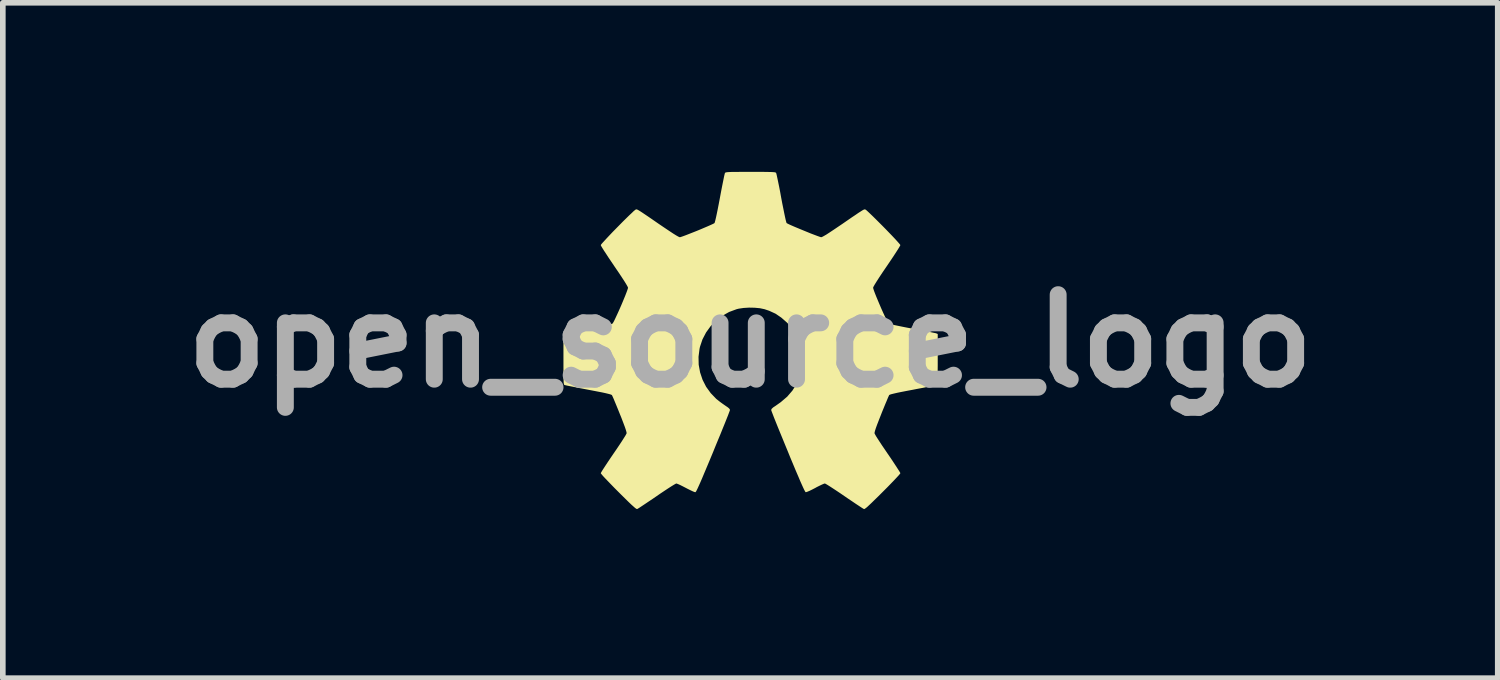
<source format=kicad_pcb>
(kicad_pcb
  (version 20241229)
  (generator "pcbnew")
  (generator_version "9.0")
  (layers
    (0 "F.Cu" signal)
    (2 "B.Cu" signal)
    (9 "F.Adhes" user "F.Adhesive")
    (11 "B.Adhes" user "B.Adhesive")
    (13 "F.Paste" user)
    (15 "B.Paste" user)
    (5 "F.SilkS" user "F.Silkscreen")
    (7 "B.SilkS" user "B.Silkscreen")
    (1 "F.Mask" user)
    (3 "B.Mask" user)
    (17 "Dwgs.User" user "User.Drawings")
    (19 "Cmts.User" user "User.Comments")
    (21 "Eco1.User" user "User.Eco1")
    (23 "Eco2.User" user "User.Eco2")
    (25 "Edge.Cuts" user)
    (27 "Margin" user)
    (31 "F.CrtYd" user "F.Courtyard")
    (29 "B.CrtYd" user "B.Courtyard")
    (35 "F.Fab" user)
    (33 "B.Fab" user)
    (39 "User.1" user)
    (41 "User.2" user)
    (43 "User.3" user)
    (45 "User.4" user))
  (footprint "open_source_logo"
    (layer "F.Cu")
    (at 10.264 3.001)
    (property "Reference" "open_source_logo" (at 0 0 0) (layer "F.Fab") (effects (font (size 1.5 1.5) (thickness 0.3))))
    (attr board_only exclude_from_pos_files exclude_from_bom)
    (fp_poly (pts (xy 0.117 -3.001) (xy 0.208 -3.001) (xy 0.281 -3) (xy 0.338 -2.999) (xy 0.381 -2.998) (xy 0.412 -2.996) (xy 0.433 -2.994) (xy 0.446 -2.991) (xy 0.454 -2.987) (xy 0.459 -2.982) (xy 0.46 -2.979) (xy 0.465 -2.963) (xy 0.473 -2.928) (xy 0.484 -2.876) (xy 0.498 -2.809) (xy 0.514 -2.731) (xy 0.531 -2.643) (xy 0.548 -2.548) (xy 0.551 -2.532) (xy 0.569 -2.437) (xy 0.587 -2.349) (xy 0.603 -2.269) (xy 0.617 -2.202) (xy 0.629 -2.148) (xy 0.639 -2.111) (xy 0.644 -2.094) (xy 0.645 -2.093) (xy 0.66 -2.084) (xy 0.692 -2.068) (xy 0.739 -2.047) (xy 0.797 -2.022) (xy 0.862 -1.995) (xy 0.932 -1.966) (xy 1.003 -1.937) (xy 1.071 -1.909) (xy 1.134 -1.885) (xy 1.187 -1.865) (xy 1.229 -1.85) (xy 1.254 -1.842) (xy 1.259 -1.841) (xy 1.275 -1.846) (xy 1.305 -1.862) (xy 1.35 -1.888) (xy 1.41 -1.927) (xy 1.487 -1.978) (xy 1.58 -2.041) (xy 1.635 -2.078) (xy 1.729 -2.143) (xy 1.806 -2.196) (xy 1.869 -2.238) (xy 1.918 -2.272) (xy 1.956 -2.296) (xy 1.984 -2.314) (xy 2.004 -2.326) (xy 2.018 -2.332) (xy 2.027 -2.335) (xy 2.034 -2.335) (xy 2.041 -2.334) (xy 2.043 -2.333) (xy 2.058 -2.323) (xy 2.085 -2.299) (xy 2.123 -2.263) (xy 2.17 -2.218) (xy 2.224 -2.165) (xy 2.282 -2.107) (xy 2.343 -2.046) (xy 2.404 -1.984) (xy 2.463 -1.923) (xy 2.519 -1.865) (xy 2.568 -1.813) (xy 2.609 -1.768) (xy 2.64 -1.733) (xy 2.659 -1.71) (xy 2.664 -1.701) (xy 2.657 -1.687) (xy 2.64 -1.657) (xy 2.612 -1.612) (xy 2.576 -1.556) (xy 2.532 -1.489) (xy 2.483 -1.416) (xy 2.429 -1.336) (xy 2.422 -1.326) (xy 2.349 -1.219) (xy 2.29 -1.13) (xy 2.243 -1.057) (xy 2.209 -1.002) (xy 2.188 -0.965) (xy 2.18 -0.945) (xy 2.18 -0.945) (xy 2.185 -0.925) (xy 2.197 -0.888) (xy 2.216 -0.838) (xy 2.24 -0.778) (xy 2.268 -0.711) (xy 2.298 -0.64) (xy 2.329 -0.568) (xy 2.36 -0.499) (xy 2.389 -0.436) (xy 2.414 -0.382) (xy 2.435 -0.341) (xy 2.45 -0.315) (xy 2.456 -0.308) (xy 2.472 -0.302) (xy 2.508 -0.294) (xy 2.56 -0.282) (xy 2.627 -0.268) (xy 2.705 -0.252) (xy 2.791 -0.235) (xy 2.878 -0.219) (xy 2.97 -0.202) (xy 3.057 -0.185) (xy 3.134 -0.17) (xy 3.2 -0.157) (xy 3.252 -0.146) (xy 3.287 -0.139) (xy 3.301 -0.135) (xy 3.327 -0.124) (xy 3.327 0.324) (xy 3.327 0.437) (xy 3.326 0.529) (xy 3.326 0.603) (xy 3.325 0.661) (xy 3.324 0.704) (xy 3.322 0.735) (xy 3.32 0.757) (xy 3.316 0.77) (xy 3.313 0.777) (xy 3.308 0.781) (xy 3.307 0.781) (xy 3.292 0.785) (xy 3.257 0.793) (xy 3.205 0.804) (xy 3.139 0.817) (xy 3.062 0.832) (xy 2.975 0.848) (xy 2.883 0.866) (xy 2.771 0.887) (xy 2.679 0.905) (xy 2.606 0.92) (xy 2.55 0.933) (xy 2.509 0.943) (xy 2.483 0.951) (xy 2.468 0.958) (xy 2.465 0.961) (xy 2.458 0.976) (xy 2.443 1.009) (xy 2.423 1.058) (xy 2.397 1.119) (xy 2.368 1.19) (xy 2.336 1.268) (xy 2.326 1.294) (xy 2.285 1.398) (xy 2.252 1.483) (xy 2.228 1.549) (xy 2.213 1.597) (xy 2.206 1.627) (xy 2.205 1.638) (xy 2.213 1.654) (xy 2.231 1.687) (xy 2.26 1.733) (xy 2.297 1.79) (xy 2.341 1.857) (xy 2.391 1.93) (xy 2.437 1.998) (xy 2.49 2.075) (xy 2.538 2.147) (xy 2.58 2.211) (xy 2.615 2.265) (xy 2.642 2.307) (xy 2.659 2.335) (xy 2.664 2.347) (xy 2.656 2.359) (xy 2.634 2.385) (xy 2.599 2.423) (xy 2.554 2.471) (xy 2.499 2.528) (xy 2.437 2.592) (xy 2.369 2.66) (xy 2.351 2.678) (xy 2.27 2.759) (xy 2.202 2.825) (xy 2.148 2.878) (xy 2.105 2.918) (xy 2.073 2.948) (xy 2.049 2.967) (xy 2.032 2.979) (xy 2.021 2.983) (xy 2.017 2.982) (xy 2.002 2.974) (xy 1.972 2.955) (xy 1.928 2.926) (xy 1.872 2.889) (xy 1.807 2.845) (xy 1.734 2.796) (xy 1.67 2.752) (xy 1.594 2.7) (xy 1.522 2.652) (xy 1.458 2.61) (xy 1.404 2.575) (xy 1.362 2.549) (xy 1.334 2.533) (xy 1.323 2.529) (xy 1.306 2.534) (xy 1.273 2.548) (xy 1.229 2.569) (xy 1.177 2.595) (xy 1.154 2.608) (xy 1.1 2.636) (xy 1.053 2.659) (xy 1.015 2.675) (xy 0.99 2.683) (xy 0.985 2.684) (xy 0.979 2.679) (xy 0.97 2.664) (xy 0.956 2.638) (xy 0.938 2.6) (xy 0.915 2.549) (xy 0.886 2.484) (xy 0.852 2.403) (xy 0.81 2.306) (xy 0.762 2.191) (xy 0.706 2.057) (xy 0.668 1.963) (xy 0.618 1.842) (xy 0.571 1.727) (xy 0.527 1.62) (xy 0.487 1.522) (xy 0.452 1.435) (xy 0.422 1.36) (xy 0.399 1.3) (xy 0.382 1.256) (xy 0.373 1.23) (xy 0.371 1.224) (xy 0.381 1.203) (xy 0.407 1.179) (xy 0.419 1.171) (xy 0.451 1.15) (xy 0.493 1.12) (xy 0.537 1.089) (xy 0.547 1.081) (xy 0.656 0.988) (xy 0.748 0.881) (xy 0.822 0.764) (xy 0.877 0.639) (xy 0.913 0.507) (xy 0.929 0.371) (xy 0.925 0.232) (xy 0.9 0.093) (xy 0.861 -0.025) (xy 0.825 -0.102) (xy 0.784 -0.171) (xy 0.732 -0.239) (xy 0.666 -0.311) (xy 0.652 -0.326) (xy 0.552 -0.414) (xy 0.449 -0.484) (xy 0.336 -0.536) (xy 0.253 -0.564) (xy 0.173 -0.581) (xy 0.079 -0.59) (xy -0.021 -0.592) (xy -0.118 -0.586) (xy -0.206 -0.573) (xy -0.242 -0.564) (xy -0.374 -0.515) (xy -0.496 -0.447) (xy -0.607 -0.362) (xy -0.703 -0.263) (xy -0.784 -0.151) (xy -0.848 -0.028) (xy -0.892 0.103) (xy -0.9 0.14) (xy -0.918 0.281) (xy -0.915 0.421) (xy -0.89 0.558) (xy -0.846 0.689) (xy -0.783 0.813) (xy -0.701 0.926) (xy -0.603 1.028) (xy -0.536 1.081) (xy -0.492 1.113) (xy -0.449 1.143) (xy -0.414 1.167) (xy -0.407 1.171) (xy -0.376 1.196) (xy -0.361 1.218) (xy -0.36 1.224) (xy -0.364 1.238) (xy -0.376 1.27) (xy -0.395 1.321) (xy -0.421 1.386) (xy -0.453 1.466) (xy -0.49 1.557) (xy -0.531 1.659) (xy -0.577 1.769) (xy -0.625 1.886) (xy -0.656 1.963) (xy -0.717 2.11) (xy -0.77 2.236) (xy -0.816 2.345) (xy -0.854 2.436) (xy -0.886 2.51) (xy -0.913 2.57) (xy -0.934 2.616) (xy -0.95 2.649) (xy -0.962 2.671) (xy -0.971 2.682) (xy -0.974 2.684) (xy -0.991 2.68) (xy -1.023 2.667) (xy -1.067 2.646) (xy -1.119 2.62) (xy -1.142 2.608) (xy -1.196 2.58) (xy -1.244 2.556) (xy -1.282 2.539) (xy -1.307 2.53) (xy -1.312 2.529) (xy -1.326 2.535) (xy -1.357 2.553) (xy -1.401 2.58) (xy -1.457 2.616) (xy -1.522 2.659) (xy -1.594 2.707) (xy -1.659 2.752) (xy -1.735 2.804) (xy -1.807 2.852) (xy -1.871 2.895) (xy -1.925 2.931) (xy -1.967 2.959) (xy -1.995 2.976) (xy -2.005 2.982) (xy -2.013 2.982) (xy -2.027 2.975) (xy -2.046 2.961) (xy -2.073 2.937) (xy -2.11 2.904) (xy -2.157 2.859) (xy -2.216 2.801) (xy -2.289 2.729) (xy -2.34 2.678) (xy -2.409 2.609) (xy -2.472 2.544) (xy -2.529 2.485) (xy -2.577 2.435) (xy -2.615 2.394) (xy -2.64 2.364) (xy -2.652 2.349) (xy -2.652 2.347) (xy -2.646 2.333) (xy -2.629 2.304) (xy -2.601 2.26) (xy -2.565 2.205) (xy -2.522 2.14) (xy -2.473 2.067) (xy -2.426 1.998) (xy -2.373 1.921) (xy -2.324 1.848) (xy -2.281 1.783) (xy -2.245 1.726) (xy -2.217 1.682) (xy -2.2 1.651) (xy -2.194 1.638) (xy -2.196 1.619) (xy -2.206 1.583) (xy -2.224 1.529) (xy -2.251 1.457) (xy -2.286 1.365) (xy -2.315 1.294) (xy -2.347 1.214) (xy -2.377 1.141) (xy -2.404 1.076) (xy -2.426 1.023) (xy -2.443 0.985) (xy -2.453 0.964) (xy -2.454 0.961) (xy -2.464 0.955) (xy -2.485 0.947) (xy -2.519 0.938) (xy -2.568 0.926) (xy -2.633 0.912) (xy -2.716 0.896) (xy -2.819 0.876) (xy -2.872 0.866) (xy -2.965 0.848) (xy -3.052 0.832) (xy -3.129 0.816) (xy -3.195 0.803) (xy -3.246 0.793) (xy -3.281 0.785) (xy -3.296 0.781) (xy -3.301 0.778) (xy -3.305 0.771) (xy -3.308 0.759) (xy -3.311 0.738) (xy -3.312 0.708) (xy -3.314 0.667) (xy -3.315 0.611) (xy -3.315 0.539) (xy -3.315 0.449) (xy -3.315 0.339) (xy -3.315 0.324) (xy -3.315 -0.124) (xy -3.29 -0.135) (xy -3.274 -0.139) (xy -3.237 -0.147) (xy -3.185 -0.158) (xy -3.118 -0.171) (xy -3.039 -0.186) (xy -2.952 -0.203) (xy -2.866 -0.219) (xy -2.774 -0.236) (xy -2.687 -0.253) (xy -2.61 -0.269) (xy -2.545 -0.283) (xy -2.493 -0.294) (xy -2.459 -0.303) (xy -2.445 -0.308) (xy -2.435 -0.322) (xy -2.417 -0.354) (xy -2.395 -0.4) (xy -2.368 -0.458) (xy -2.338 -0.523) (xy -2.307 -0.593) (xy -2.276 -0.665) (xy -2.247 -0.735) (xy -2.22 -0.8) (xy -2.198 -0.857) (xy -2.181 -0.903) (xy -2.171 -0.934) (xy -2.169 -0.945) (xy -2.176 -0.963) (xy -2.196 -0.999) (xy -2.229 -1.053) (xy -2.275 -1.124) (xy -2.334 -1.213) (xy -2.406 -1.318) (xy -2.411 -1.326) (xy -2.465 -1.406) (xy -2.515 -1.48) (xy -2.559 -1.548) (xy -2.597 -1.605) (xy -2.626 -1.652) (xy -2.645 -1.684) (xy -2.652 -1.7) (xy -2.652 -1.701) (xy -2.645 -1.714) (xy -2.623 -1.74) (xy -2.589 -1.777) (xy -2.546 -1.824) (xy -2.495 -1.878) (xy -2.439 -1.937) (xy -2.379 -1.998) (xy -2.318 -2.06) (xy -2.258 -2.121) (xy -2.2 -2.178) (xy -2.148 -2.229) (xy -2.102 -2.272) (xy -2.067 -2.306) (xy -2.042 -2.326) (xy -2.032 -2.333) (xy -2.025 -2.335) (xy -2.019 -2.335) (xy -2.01 -2.334) (xy -1.997 -2.328) (xy -1.979 -2.318) (xy -1.953 -2.302) (xy -1.919 -2.28) (xy -1.873 -2.249) (xy -1.815 -2.21) (xy -1.742 -2.16) (xy -1.654 -2.099) (xy -1.622 -2.077) (xy -1.52 -2.008) (xy -1.435 -1.951) (xy -1.367 -1.906) (xy -1.314 -1.873) (xy -1.277 -1.852) (xy -1.254 -1.842) (xy -1.248 -1.841) (xy -1.23 -1.846) (xy -1.195 -1.858) (xy -1.146 -1.876) (xy -1.087 -1.899) (xy -1.021 -1.925) (xy -0.95 -1.953) (xy -0.88 -1.982) (xy -0.812 -2.011) (xy -0.751 -2.037) (xy -0.699 -2.06) (xy -0.66 -2.078) (xy -0.638 -2.09) (xy -0.634 -2.093) (xy -0.629 -2.107) (xy -0.62 -2.14) (xy -0.608 -2.191) (xy -0.594 -2.256) (xy -0.578 -2.334) (xy -0.561 -2.421) (xy -0.543 -2.515) (xy -0.54 -2.532) (xy -0.522 -2.628) (xy -0.505 -2.717) (xy -0.489 -2.797) (xy -0.475 -2.866) (xy -0.464 -2.921) (xy -0.455 -2.959) (xy -0.45 -2.978) (xy -0.449 -2.979) (xy -0.446 -2.984) (xy -0.44 -2.989) (xy -0.429 -2.992) (xy -0.412 -2.995) (xy -0.386 -2.997) (xy -0.35 -2.999) (xy -0.3 -3) (xy -0.236 -3) (xy -0.154 -3.001) (xy -0.053 -3.001) (xy 0.006 -3.001)) (stroke (width 0) (type solid)) (fill yes) (layer "F.SilkS")))
  (gr_rect
    (start -3 -3)
    (end 23.529 8.984)
    (stroke (width 0.1) (type default))
    (fill no)
    (layer "Edge.Cuts")))
</source>
